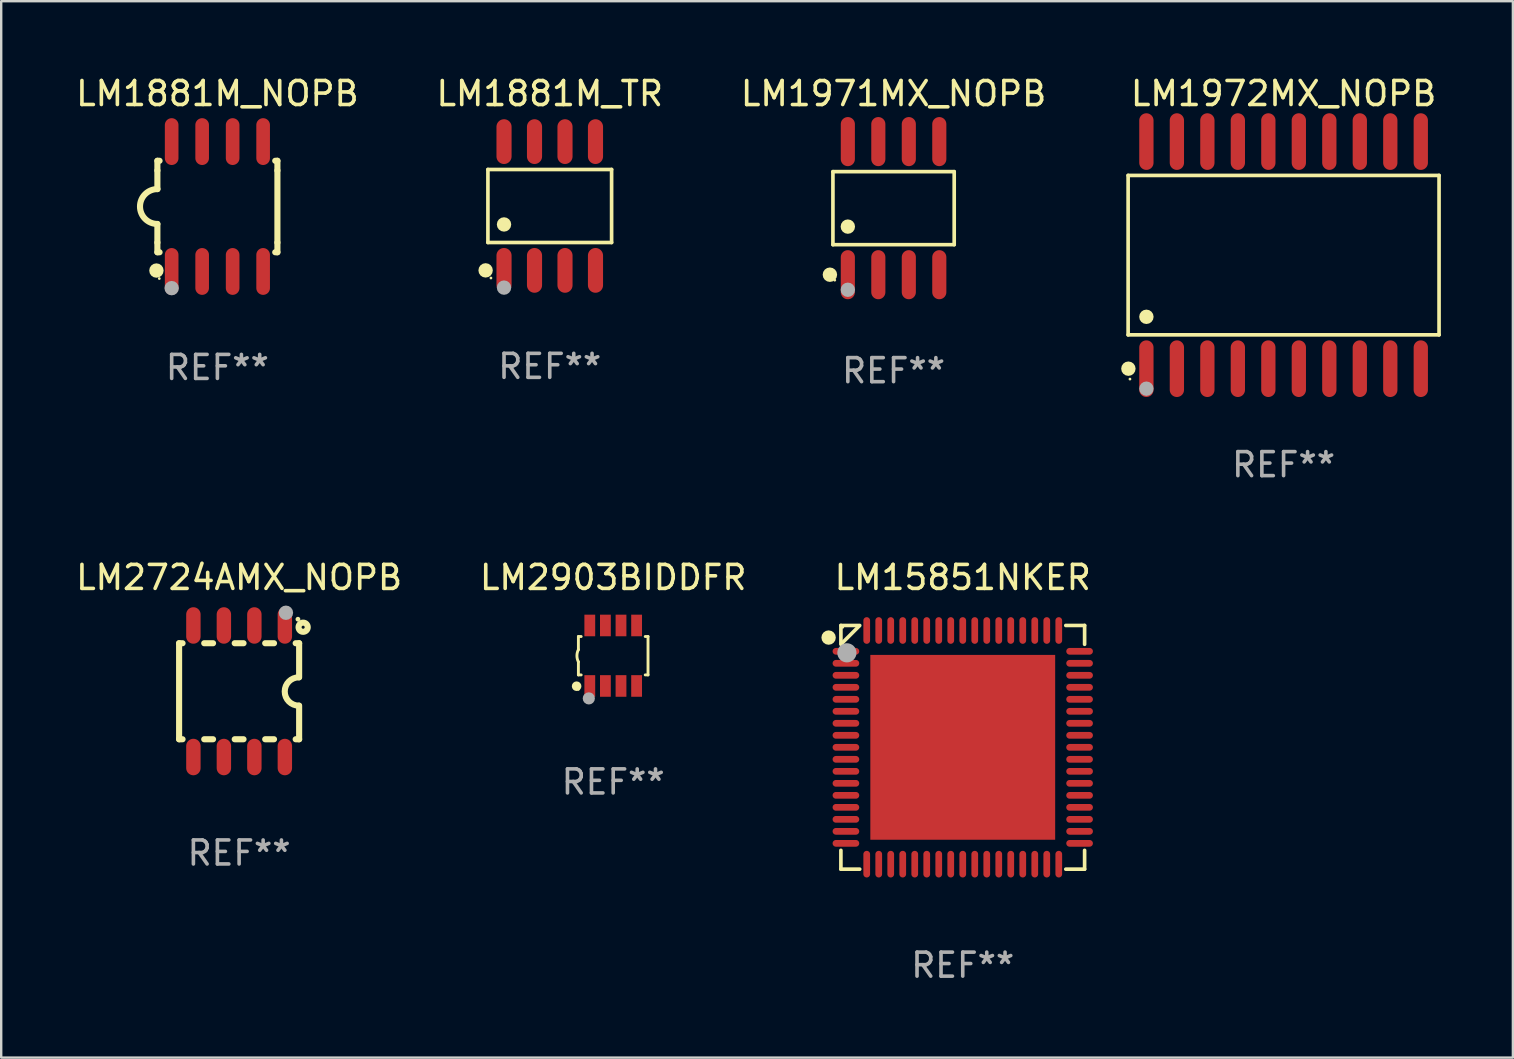
<source format=kicad_pcb>
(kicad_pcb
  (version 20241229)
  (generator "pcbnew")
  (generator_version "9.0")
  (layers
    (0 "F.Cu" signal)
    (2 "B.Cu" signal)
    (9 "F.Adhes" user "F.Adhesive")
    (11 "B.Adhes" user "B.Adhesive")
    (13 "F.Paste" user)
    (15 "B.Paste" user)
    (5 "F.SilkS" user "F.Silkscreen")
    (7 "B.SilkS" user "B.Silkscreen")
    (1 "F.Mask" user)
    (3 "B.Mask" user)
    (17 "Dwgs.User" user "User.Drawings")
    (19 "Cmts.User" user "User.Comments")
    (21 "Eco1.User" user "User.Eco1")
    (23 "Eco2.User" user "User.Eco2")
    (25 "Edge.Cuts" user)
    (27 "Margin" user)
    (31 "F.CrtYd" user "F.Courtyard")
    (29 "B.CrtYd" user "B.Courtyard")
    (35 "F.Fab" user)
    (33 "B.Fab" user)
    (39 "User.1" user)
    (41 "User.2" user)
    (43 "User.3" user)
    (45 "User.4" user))
  (footprint "LM2724AMX_NOPB"
    (layer "F.Cu")
    (at 6.911 25.745)
    (property "Reference" "LM2724AMX_NOPB" (at 0 -4.74 0) (layer "F.SilkS") (effects (font (size 1 1) (thickness 0.15))))
    (attr through_hole)
    (fp_line (start -2.5 2) (end -2.5 -2) (stroke (width 0.254) (type solid)) (layer "F.SilkS"))
    (fp_line (start -2.356 -2) (end -2.5 -2) (stroke (width 0.254) (type solid)) (layer "F.SilkS"))
    (fp_line (start -2.356 2) (end -2.5 2) (stroke (width 0.254) (type solid)) (layer "F.SilkS"))
    (fp_line (start -1.086 -2) (end -1.454 -2) (stroke (width 0.254) (type solid)) (layer "F.SilkS"))
    (fp_line (start -1.086 2) (end -1.454 2) (stroke (width 0.254) (type solid)) (layer "F.SilkS"))
    (fp_line (start 0.184 -2) (end -0.184 -2) (stroke (width 0.254) (type solid)) (layer "F.SilkS"))
    (fp_line (start 0.184 2) (end -0.184 2) (stroke (width 0.254) (type solid)) (layer "F.SilkS"))
    (fp_line (start 1.454 -2) (end 1.086 -2) (stroke (width 0.254) (type solid)) (layer "F.SilkS"))
    (fp_line (start 1.454 2) (end 1.086 2) (stroke (width 0.254) (type solid)) (layer "F.SilkS"))
    (fp_line (start 2.5 -2) (end 2.356 -2) (stroke (width 0.254) (type solid)) (layer "F.SilkS"))
    (fp_line (start 2.5 -0.58) (end 2.5 -2) (stroke (width 0.254) (type solid)) (layer "F.SilkS"))
    (fp_line (start 2.5 2) (end 2.356 2) (stroke (width 0.254) (type solid)) (layer "F.SilkS"))
    (fp_line (start 2.5 2) (end 2.5 0.6) (stroke (width 0.254) (type solid)) (layer "F.SilkS"))
    (fp_arc (start 2.489992 0.600051) (mid 1.901674 0.010046) (end 2.489992 -0.579959) (stroke (width 0.254001) (type solid)) (layer "F.SilkS"))
    (fp_circle (center 2.45 -3) (end 2.5 -3) (stroke (width 0.1) (type solid)) (fill no) (layer "F.SilkS"))
    (fp_circle (center 2.667 -2.667) (end 2.858 -2.667) (stroke (width 0.254) (type solid)) (fill no) (layer "F.SilkS"))
    (fp_circle (center 1.95 -3.27) (end 2.1 -3.27) (stroke (width 0.3) (type solid)) (fill no) (layer "F.Fab"))
    (fp_text user "REF**" (at 0 6.74 0) (layer "F.Fab") (effects (font (size 1 1) (thickness 0.15))))
    (pad "1" smd oval (at 1.905 -2.74) (size 0.6 1.52) (layers "F.Cu" "F.Mask" "F.Paste"))
    (pad "2" smd oval (at 0.635 -2.74) (size 0.6 1.52) (layers "F.Cu" "F.Mask" "F.Paste"))
    (pad "3" smd oval (at -0.635 -2.74) (size 0.6 1.52) (layers "F.Cu" "F.Mask" "F.Paste"))
    (pad "4" smd oval (at -1.905 -2.74) (size 0.6 1.52) (layers "F.Cu" "F.Mask" "F.Paste"))
    (pad "5" smd oval (at -1.905 2.74) (size 0.6 1.52) (layers "F.Cu" "F.Mask" "F.Paste"))
    (pad "6" smd oval (at -0.635 2.74) (size 0.6 1.52) (layers "F.Cu" "F.Mask" "F.Paste"))
    (pad "7" smd oval (at 0.635 2.74) (size 0.6 1.52) (layers "F.Cu" "F.Mask" "F.Paste"))
    (pad "8" smd oval (at 1.905 2.74) (size 0.6 1.52) (layers "F.Cu" "F.Mask" "F.Paste")))
  (footprint "LM1881M_NOPB"
    (layer "F.Cu")
    (at 6.006 5.553)
    (property "Reference" "LM1881M_NOPB" (at 0 -4.705 0) (layer "F.SilkS") (effects (font (size 1 1) (thickness 0.15))))
    (attr through_hole)
    (fp_line (start -2.5 -1.905) (end -2.409 -1.905) (stroke (width 0.254) (type solid)) (layer "F.SilkS"))
    (fp_line (start -2.5 -1.5) (end -2.5 -1.905) (stroke (width 0.254) (type solid)) (layer "F.SilkS"))
    (fp_line (start -2.5 -1.5) (end -2.5 -0.726) (stroke (width 0.254) (type solid)) (layer "F.SilkS"))
    (fp_line (start -2.5 1.5) (end -2.5 0.727) (stroke (width 0.254) (type solid)) (layer "F.SilkS"))
    (fp_line (start -2.5 1.5) (end -2.5 1.905) (stroke (width 0.254) (type solid)) (layer "F.SilkS"))
    (fp_line (start -2.5 1.905) (end -2.409 1.905) (stroke (width 0.254) (type solid)) (layer "F.SilkS"))
    (fp_line (start 2.5 -1.905) (end 2.409 -1.905) (stroke (width 0.254) (type solid)) (layer "F.SilkS"))
    (fp_line (start 2.5 -1.5) (end 2.5 -1.905) (stroke (width 0.254) (type solid)) (layer "F.SilkS"))
    (fp_line (start 2.5 -1.5) (end 2.5 1.5) (stroke (width 0.254) (type solid)) (layer "F.SilkS"))
    (fp_line (start 2.5 1.5) (end 2.5 1.905) (stroke (width 0.254) (type solid)) (layer "F.SilkS"))
    (fp_line (start 2.5 1.905) (end 2.409 1.905) (stroke (width 0.254) (type solid)) (layer "F.SilkS"))
    (fp_arc (start -2.5 0.726568) (mid -3.220316 -0.0023) (end -2.495097 -0.726289) (stroke (width 0.254001) (type solid)) (layer "F.SilkS"))
    (fp_circle (center -2.54 2.667) (end -2.39 2.667) (stroke (width 0.3) (type solid)) (fill no) (layer "F.SilkS"))
    (fp_circle (center -2.42 3) (end -2.39 3) (stroke (width 0.06) (type solid)) (fill no) (layer "F.SilkS"))
    (fp_circle (center -1.905 3.4) (end -1.755 3.4) (stroke (width 0.3) (type solid)) (fill no) (layer "F.Fab"))
    (fp_text user "REF**" (at 0 6.705 0) (layer "F.Fab") (effects (font (size 1 1) (thickness 0.15))))
    (pad "1" smd oval (at -1.905 2.705) (size 0.568 1.95) (layers "F.Cu" "F.Mask" "F.Paste"))
    (pad "2" smd oval (at -0.635 2.705) (size 0.568 1.95) (layers "F.Cu" "F.Mask" "F.Paste"))
    (pad "3" smd oval (at 0.635 2.705) (size 0.568 1.95) (layers "F.Cu" "F.Mask" "F.Paste"))
    (pad "4" smd oval (at 1.905 2.705) (size 0.568 1.95) (layers "F.Cu" "F.Mask" "F.Paste"))
    (pad "5" smd oval (at 1.905 -2.705) (size 0.568 1.95) (layers "F.Cu" "F.Mask" "F.Paste"))
    (pad "6" smd oval (at 0.635 -2.705) (size 0.568 1.95) (layers "F.Cu" "F.Mask" "F.Paste"))
    (pad "7" smd oval (at -0.635 -2.705) (size 0.568 1.95) (layers "F.Cu" "F.Mask" "F.Paste"))
    (pad "8" smd oval (at -1.905 -2.705) (size 0.568 1.95) (layers "F.Cu" "F.Mask" "F.Paste")))
  (footprint "LM1971MX_NOPB"
    (layer "F.Cu")
    (at 34.173 5.621)
    (property "Reference" "LM1971MX_NOPB" (at 0 -4.772 0) (layer "F.SilkS") (effects (font (size 1 1) (thickness 0.15))))
    (attr through_hole)
    (fp_line (start -2.526 -1.521) (end 2.526 -1.521) (stroke (width 0.152) (type solid)) (layer "F.SilkS"))
    (fp_line (start -2.526 1.521) (end -2.526 -1.521) (stroke (width 0.152) (type solid)) (layer "F.SilkS"))
    (fp_line (start 2.526 -1.521) (end 2.526 1.521) (stroke (width 0.152) (type solid)) (layer "F.SilkS"))
    (fp_line (start 2.526 1.521) (end -2.526 1.521) (stroke (width 0.152) (type solid)) (layer "F.SilkS"))
    (fp_circle (center -2.652 2.772) (end -2.501 2.772) (stroke (width 0.3) (type solid)) (fill no) (layer "F.SilkS"))
    (fp_circle (center -2.45 3) (end -2.42 3) (stroke (width 0.06) (type solid)) (fill no) (layer "F.SilkS"))
    (fp_circle (center -1.905 0.769) (end -1.755 0.769) (stroke (width 0.3) (type solid)) (fill no) (layer "F.SilkS"))
    (fp_circle (center -1.905 3.4) (end -1.755 3.4) (stroke (width 0.3) (type solid)) (fill no) (layer "F.Fab"))
    (fp_text user "REF**" (at 0 6.772 0) (layer "F.Fab") (effects (font (size 1 1) (thickness 0.15))))
    (pad "1" smd oval (at -1.905 2.772) (size 0.588 2.045) (layers "F.Cu" "F.Mask" "F.Paste"))
    (pad "2" smd oval (at -0.635 2.772) (size 0.588 2.045) (layers "F.Cu" "F.Mask" "F.Paste"))
    (pad "3" smd oval (at 0.635 2.772) (size 0.588 2.045) (layers "F.Cu" "F.Mask" "F.Paste"))
    (pad "4" smd oval (at 1.905 2.772) (size 0.588 2.045) (layers "F.Cu" "F.Mask" "F.Paste"))
    (pad "5" smd oval (at 1.905 -2.772) (size 0.588 2.045) (layers "F.Cu" "F.Mask" "F.Paste"))
    (pad "6" smd oval (at 0.635 -2.772) (size 0.588 2.045) (layers "F.Cu" "F.Mask" "F.Paste"))
    (pad "7" smd oval (at -0.635 -2.772) (size 0.588 2.045) (layers "F.Cu" "F.Mask" "F.Paste"))
    (pad "8" smd oval (at -1.905 -2.772) (size 0.588 2.045) (layers "F.Cu" "F.Mask" "F.Paste")))
  (footprint "LM2903BIDDFR"
    (layer "F.Cu")
    (at 22.494 24.265)
    (property "Reference" "LM2903BIDDFR" (at 0 -3.26 0) (layer "F.SilkS") (effects (font (size 1 1) (thickness 0.15))))
    (attr through_hole)
    (fp_line (start -1.45 -0.8) (end -1.45 -0.254) (stroke (width 0.12) (type solid)) (layer "F.SilkS"))
    (fp_line (start -1.45 -0.8) (end -1.334 -0.8) (stroke (width 0.12) (type solid)) (layer "F.SilkS"))
    (fp_line (start -1.45 0.8) (end -1.45 0.254) (stroke (width 0.12) (type solid)) (layer "F.SilkS"))
    (fp_line (start -1.45 0.8) (end -1.334 0.8) (stroke (width 0.12) (type solid)) (layer "F.SilkS"))
    (fp_line (start 1.334 -0.8) (end 1.45 -0.8) (stroke (width 0.12) (type solid)) (layer "F.SilkS"))
    (fp_line (start 1.334 0.8) (end 1.45 0.8) (stroke (width 0.12) (type solid)) (layer "F.SilkS"))
    (fp_line (start 1.45 0.8) (end 1.45 -0.8) (stroke (width 0.12) (type solid)) (layer "F.SilkS"))
    (fp_arc (start -1.45075 0.255144) (mid -1.510605 0.000434) (end -1.450013 -0.254102) (stroke (width 0.11999) (type solid)) (layer "F.SilkS"))
    (fp_circle (center -1.524 1.27) (end -1.424 1.27) (stroke (width 0.2) (type solid)) (fill no) (layer "F.SilkS"))
    (fp_circle (center -1.45 1.4) (end -1.42 1.4) (stroke (width 0.06) (type solid)) (fill no) (layer "F.SilkS"))
    (fp_circle (center -1.016 1.778) (end -0.889 1.778) (stroke (width 0.254) (type solid)) (fill no) (layer "F.Fab"))
    (fp_text user "REF**" (at 0 5.26 0) (layer "F.Fab") (effects (font (size 1 1) (thickness 0.15))))
    (pad "1" smd rect (at -0.975 1.26) (size 0.45 0.9) (layers "F.Cu" "F.Mask" "F.Paste"))
    (pad "2" smd rect (at -0.325 1.26) (size 0.45 0.9) (layers "F.Cu" "F.Mask" "F.Paste"))
    (pad "3" smd rect (at 0.325 1.26) (size 0.45 0.9) (layers "F.Cu" "F.Mask" "F.Paste"))
    (pad "4" smd rect (at 0.975 1.26) (size 0.45 0.9) (layers "F.Cu" "F.Mask" "F.Paste"))
    (pad "5" smd rect (at 0.975 -1.26) (size 0.45 0.9) (layers "F.Cu" "F.Mask" "F.Paste"))
    (pad "6" smd rect (at 0.325 -1.26) (size 0.45 0.9) (layers "F.Cu" "F.Mask" "F.Paste"))
    (pad "7" smd rect (at -0.325 -1.26) (size 0.45 0.9) (layers "F.Cu" "F.Mask" "F.Paste"))
    (pad "8" smd rect (at -0.975 -1.26) (size 0.45 0.9) (layers "F.Cu" "F.Mask" "F.Paste")))
  (footprint "LM15851NKER"
    (layer "F.Cu")
    (at 37.055 28.081)
    (property "Reference" "LM15851NKER" (at 0 -7.076 0) (layer "F.SilkS") (effects (font (size 1 1) (thickness 0.15))))
    (attr through_hole)
    (fp_line (start -5.076 -5.076) (end -4.292 -5.076) (stroke (width 0.152) (type solid)) (layer "F.SilkS"))
    (fp_line (start -5.076 -4.292) (end -5.076 -5.076) (stroke (width 0.152) (type solid)) (layer "F.SilkS"))
    (fp_line (start -5.076 4.292) (end -5.076 5.076) (stroke (width 0.152) (type solid)) (layer "F.SilkS"))
    (fp_line (start -5.076 5.076) (end -4.292 5.076) (stroke (width 0.152) (type solid)) (layer "F.SilkS"))
    (fp_line (start -5.049 -4.319) (end -4.319 -5.049) (stroke (width 0.152) (type solid)) (layer "F.SilkS"))
    (fp_line (start 5.076 -5.076) (end 4.292 -5.076) (stroke (width 0.152) (type solid)) (layer "F.SilkS"))
    (fp_line (start 5.076 -4.292) (end 5.076 -5.076) (stroke (width 0.152) (type solid)) (layer "F.SilkS"))
    (fp_line (start 5.076 4.292) (end 5.076 5.076) (stroke (width 0.152) (type solid)) (layer "F.SilkS"))
    (fp_line (start 5.076 5.076) (end 4.292 5.076) (stroke (width 0.152) (type solid)) (layer "F.SilkS"))
    (fp_circle (center -5.588 -4.572) (end -5.438 -4.572) (stroke (width 0.3) (type solid)) (fill no) (layer "F.SilkS"))
    (fp_circle (center -5 -5) (end -4.97 -5) (stroke (width 0.06) (type solid)) (fill no) (layer "F.SilkS"))
    (fp_circle (center -4.826 -3.937) (end -4.626 -3.937) (stroke (width 0.4) (type solid)) (fill no) (layer "F.Fab"))
    (fp_text user "REF**" (at 0 9.076 0) (layer "F.Fab") (effects (font (size 1 1) (thickness 0.15))))
    (pad "1" smd oval (at -4.867 -4) (size 1.11 0.28) (layers "F.Cu" "F.Mask" "F.Paste"))
    (pad "2" smd oval (at -4.867 -3.5) (size 1.11 0.28) (layers "F.Cu" "F.Mask" "F.Paste"))
    (pad "3" smd oval (at -4.867 -3) (size 1.11 0.28) (layers "F.Cu" "F.Mask" "F.Paste"))
    (pad "4" smd oval (at -4.867 -2.5) (size 1.11 0.28) (layers "F.Cu" "F.Mask" "F.Paste"))
    (pad "5" smd oval (at -4.867 -2) (size 1.11 0.28) (layers "F.Cu" "F.Mask" "F.Paste"))
    (pad "6" smd oval (at -4.867 -1.5) (size 1.11 0.28) (layers "F.Cu" "F.Mask" "F.Paste"))
    (pad "7" smd oval (at -4.867 -1) (size 1.11 0.28) (layers "F.Cu" "F.Mask" "F.Paste"))
    (pad "8" smd oval (at -4.867 -0.5) (size 1.11 0.28) (layers "F.Cu" "F.Mask" "F.Paste"))
    (pad "9" smd oval (at -4.867 0) (size 1.11 0.28) (layers "F.Cu" "F.Mask" "F.Paste"))
    (pad "10" smd oval (at -4.867 0.5) (size 1.11 0.28) (layers "F.Cu" "F.Mask" "F.Paste"))
    (pad "11" smd oval (at -4.867 1) (size 1.11 0.28) (layers "F.Cu" "F.Mask" "F.Paste"))
    (pad "12" smd oval (at -4.867 1.5) (size 1.11 0.28) (layers "F.Cu" "F.Mask" "F.Paste"))
    (pad "13" smd oval (at -4.867 2) (size 1.11 0.28) (layers "F.Cu" "F.Mask" "F.Paste"))
    (pad "14" smd oval (at -4.867 2.5) (size 1.11 0.28) (layers "F.Cu" "F.Mask" "F.Paste"))
    (pad "15" smd oval (at -4.867 3) (size 1.11 0.28) (layers "F.Cu" "F.Mask" "F.Paste"))
    (pad "16" smd oval (at -4.867 3.5) (size 1.11 0.28) (layers "F.Cu" "F.Mask" "F.Paste"))
    (pad "17" smd oval (at -4.867 4) (size 1.11 0.28) (layers "F.Cu" "F.Mask" "F.Paste"))
    (pad "18" smd oval (at -4 4.867) (size 0.28 1.11) (layers "F.Cu" "F.Mask" "F.Paste"))
    (pad "19" smd oval (at -3.5 4.867) (size 0.28 1.11) (layers "F.Cu" "F.Mask" "F.Paste"))
    (pad "20" smd oval (at -3 4.867) (size 0.28 1.11) (layers "F.Cu" "F.Mask" "F.Paste"))
    (pad "21" smd oval (at -2.5 4.867) (size 0.28 1.11) (layers "F.Cu" "F.Mask" "F.Paste"))
    (pad "22" smd oval (at -2 4.867) (size 0.28 1.11) (layers "F.Cu" "F.Mask" "F.Paste"))
    (pad "23" smd oval (at -1.5 4.867) (size 0.28 1.11) (layers "F.Cu" "F.Mask" "F.Paste"))
    (pad "24" smd oval (at -1 4.867) (size 0.28 1.11) (layers "F.Cu" "F.Mask" "F.Paste"))
    (pad "25" smd oval (at -0.5 4.867) (size 0.28 1.11) (layers "F.Cu" "F.Mask" "F.Paste"))
    (pad "26" smd oval (at 0 4.867) (size 0.28 1.11) (layers "F.Cu" "F.Mask" "F.Paste"))
    (pad "27" smd oval (at 0.5 4.867) (size 0.28 1.11) (layers "F.Cu" "F.Mask" "F.Paste"))
    (pad "28" smd oval (at 1 4.867) (size 0.28 1.11) (layers "F.Cu" "F.Mask" "F.Paste"))
    (pad "29" smd oval (at 1.5 4.867) (size 0.28 1.11) (layers "F.Cu" "F.Mask" "F.Paste"))
    (pad "30" smd oval (at 2 4.867) (size 0.28 1.11) (layers "F.Cu" "F.Mask" "F.Paste"))
    (pad "31" smd oval (at 2.5 4.867) (size 0.28 1.11) (layers "F.Cu" "F.Mask" "F.Paste"))
    (pad "32" smd oval (at 3 4.867) (size 0.28 1.11) (layers "F.Cu" "F.Mask" "F.Paste"))
    (pad "33" smd oval (at 3.5 4.867) (size 0.28 1.11) (layers "F.Cu" "F.Mask" "F.Paste"))
    (pad "34" smd oval (at 4 4.867) (size 0.28 1.11) (layers "F.Cu" "F.Mask" "F.Paste"))
    (pad "35" smd oval (at 4.867 4) (size 1.11 0.28) (layers "F.Cu" "F.Mask" "F.Paste"))
    (pad "36" smd oval (at 4.867 3.5) (size 1.11 0.28) (layers "F.Cu" "F.Mask" "F.Paste"))
    (pad "37" smd oval (at 4.867 3) (size 1.11 0.28) (layers "F.Cu" "F.Mask" "F.Paste"))
    (pad "38" smd oval (at 4.867 2.5) (size 1.11 0.28) (layers "F.Cu" "F.Mask" "F.Paste"))
    (pad "39" smd oval (at 4.867 2) (size 1.11 0.28) (layers "F.Cu" "F.Mask" "F.Paste"))
    (pad "40" smd oval (at 4.867 1.5) (size 1.11 0.28) (layers "F.Cu" "F.Mask" "F.Paste"))
    (pad "41" smd oval (at 4.867 1) (size 1.11 0.28) (layers "F.Cu" "F.Mask" "F.Paste"))
    (pad "42" smd oval (at 4.867 0.5) (size 1.11 0.28) (layers "F.Cu" "F.Mask" "F.Paste"))
    (pad "43" smd oval (at 4.867 0) (size 1.11 0.28) (layers "F.Cu" "F.Mask" "F.Paste"))
    (pad "44" smd oval (at 4.867 -0.5) (size 1.11 0.28) (layers "F.Cu" "F.Mask" "F.Paste"))
    (pad "45" smd oval (at 4.867 -1) (size 1.11 0.28) (layers "F.Cu" "F.Mask" "F.Paste"))
    (pad "46" smd oval (at 4.867 -1.5) (size 1.11 0.28) (layers "F.Cu" "F.Mask" "F.Paste"))
    (pad "47" smd oval (at 4.867 -2) (size 1.11 0.28) (layers "F.Cu" "F.Mask" "F.Paste"))
    (pad "48" smd oval (at 4.867 -2.5) (size 1.11 0.28) (layers "F.Cu" "F.Mask" "F.Paste"))
    (pad "49" smd oval (at 4.867 -3) (size 1.11 0.28) (layers "F.Cu" "F.Mask" "F.Paste"))
    (pad "50" smd oval (at 4.867 -3.5) (size 1.11 0.28) (layers "F.Cu" "F.Mask" "F.Paste"))
    (pad "51" smd oval (at 4.867 -4) (size 1.11 0.28) (layers "F.Cu" "F.Mask" "F.Paste"))
    (pad "52" smd oval (at 4 -4.867) (size 0.28 1.11) (layers "F.Cu" "F.Mask" "F.Paste"))
    (pad "53" smd oval (at 3.5 -4.867) (size 0.28 1.11) (layers "F.Cu" "F.Mask" "F.Paste"))
    (pad "54" smd oval (at 3 -4.867) (size 0.28 1.11) (layers "F.Cu" "F.Mask" "F.Paste"))
    (pad "55" smd oval (at 2.5 -4.867) (size 0.28 1.11) (layers "F.Cu" "F.Mask" "F.Paste"))
    (pad "56" smd oval (at 2 -4.867) (size 0.28 1.11) (layers "F.Cu" "F.Mask" "F.Paste"))
    (pad "57" smd oval (at 1.5 -4.867) (size 0.28 1.11) (layers "F.Cu" "F.Mask" "F.Paste"))
    (pad "58" smd oval (at 1 -4.867) (size 0.28 1.11) (layers "F.Cu" "F.Mask" "F.Paste"))
    (pad "59" smd oval (at 0.5 -4.867) (size 0.28 1.11) (layers "F.Cu" "F.Mask" "F.Paste"))
    (pad "60" smd oval (at 0 -4.867) (size 0.28 1.11) (layers "F.Cu" "F.Mask" "F.Paste"))
    (pad "61" smd oval (at -0.5 -4.867) (size 0.28 1.11) (layers "F.Cu" "F.Mask" "F.Paste"))
    (pad "62" smd oval (at -1 -4.867) (size 0.28 1.11) (layers "F.Cu" "F.Mask" "F.Paste"))
    (pad "63" smd oval (at -1.5 -4.867) (size 0.28 1.11) (layers "F.Cu" "F.Mask" "F.Paste"))
    (pad "64" smd oval (at -2 -4.867) (size 0.28 1.11) (layers "F.Cu" "F.Mask" "F.Paste"))
    (pad "65" smd oval (at -2.5 -4.867) (size 0.28 1.11) (layers "F.Cu" "F.Mask" "F.Paste"))
    (pad "66" smd oval (at -3 -4.867) (size 0.28 1.11) (layers "F.Cu" "F.Mask" "F.Paste"))
    (pad "67" smd oval (at -3.5 -4.867) (size 0.28 1.11) (layers "F.Cu" "F.Mask" "F.Paste"))
    (pad "68" smd oval (at -4 -4.867) (size 0.28 1.11) (layers "F.Cu" "F.Mask" "F.Paste"))
    (pad "69" smd rect (at 0 0) (size 7.7 7.7) (layers "F.Cu" "F.Mask" "F.Paste")))
  (footprint "LM1972MX_NOPB"
    (layer "F.Cu")
    (at 50.42 7.578)
    (property "Reference" "LM1972MX_NOPB" (at 0 -6.73 0) (layer "F.SilkS") (effects (font (size 1 1) (thickness 0.15))))
    (attr through_hole)
    (fp_line (start -6.476 -3.321) (end 6.476 -3.321) (stroke (width 0.152) (type solid)) (layer "F.SilkS"))
    (fp_line (start -6.476 3.321) (end -6.476 -3.321) (stroke (width 0.152) (type solid)) (layer "F.SilkS"))
    (fp_line (start 6.476 -3.321) (end 6.476 3.321) (stroke (width 0.152) (type solid)) (layer "F.SilkS"))
    (fp_line (start 6.476 3.321) (end -6.476 3.321) (stroke (width 0.152) (type solid)) (layer "F.SilkS"))
    (fp_circle (center -6.465 4.73) (end -6.315 4.73) (stroke (width 0.3) (type solid)) (fill no) (layer "F.SilkS"))
    (fp_circle (center -6.4 5.163) (end -6.37 5.163) (stroke (width 0.06) (type solid)) (fill no) (layer "F.SilkS"))
    (fp_circle (center -5.715 2.569) (end -5.565 2.569) (stroke (width 0.3) (type solid)) (fill no) (layer "F.SilkS"))
    (fp_circle (center -5.715 5.563) (end -5.565 5.563) (stroke (width 0.3) (type solid)) (fill no) (layer "F.Fab"))
    (fp_text user "REF**" (at 0 8.73 0) (layer "F.Fab") (effects (font (size 1 1) (thickness 0.15))))
    (pad "1" smd oval (at -5.715 4.73) (size 0.595 2.36) (layers "F.Cu" "F.Mask" "F.Paste"))
    (pad "2" smd oval (at -4.445 4.73) (size 0.595 2.36) (layers "F.Cu" "F.Mask" "F.Paste"))
    (pad "3" smd oval (at -3.175 4.73) (size 0.595 2.36) (layers "F.Cu" "F.Mask" "F.Paste"))
    (pad "4" smd oval (at -1.905 4.73) (size 0.595 2.36) (layers "F.Cu" "F.Mask" "F.Paste"))
    (pad "5" smd oval (at -0.635 4.73) (size 0.595 2.36) (layers "F.Cu" "F.Mask" "F.Paste"))
    (pad "6" smd oval (at 0.635 4.73) (size 0.595 2.36) (layers "F.Cu" "F.Mask" "F.Paste"))
    (pad "7" smd oval (at 1.905 4.73) (size 0.595 2.36) (layers "F.Cu" "F.Mask" "F.Paste"))
    (pad "8" smd oval (at 3.175 4.73) (size 0.595 2.36) (layers "F.Cu" "F.Mask" "F.Paste"))
    (pad "9" smd oval (at 4.445 4.73) (size 0.595 2.36) (layers "F.Cu" "F.Mask" "F.Paste"))
    (pad "10" smd oval (at 5.715 4.73) (size 0.595 2.36) (layers "F.Cu" "F.Mask" "F.Paste"))
    (pad "11" smd oval (at 5.715 -4.73) (size 0.595 2.36) (layers "F.Cu" "F.Mask" "F.Paste"))
    (pad "12" smd oval (at 4.445 -4.73) (size 0.595 2.36) (layers "F.Cu" "F.Mask" "F.Paste"))
    (pad "13" smd oval (at 3.175 -4.73) (size 0.595 2.36) (layers "F.Cu" "F.Mask" "F.Paste"))
    (pad "14" smd oval (at 1.905 -4.73) (size 0.595 2.36) (layers "F.Cu" "F.Mask" "F.Paste"))
    (pad "15" smd oval (at 0.635 -4.73) (size 0.595 2.36) (layers "F.Cu" "F.Mask" "F.Paste"))
    (pad "16" smd oval (at -0.635 -4.73) (size 0.595 2.36) (layers "F.Cu" "F.Mask" "F.Paste"))
    (pad "17" smd oval (at -1.905 -4.73) (size 0.595 2.36) (layers "F.Cu" "F.Mask" "F.Paste"))
    (pad "18" smd oval (at -3.175 -4.73) (size 0.595 2.36) (layers "F.Cu" "F.Mask" "F.Paste"))
    (pad "19" smd oval (at -4.445 -4.73) (size 0.595 2.36) (layers "F.Cu" "F.Mask" "F.Paste"))
    (pad "20" smd oval (at -5.715 -4.73) (size 0.595 2.36) (layers "F.Cu" "F.Mask" "F.Paste")))
  (footprint "LM1881M_TR"
    (layer "F.Cu")
    (at 19.851 5.531)
    (property "Reference" "LM1881M_TR" (at 0 -4.682 0) (layer "F.SilkS") (effects (font (size 1 1) (thickness 0.15))))
    (attr through_hole)
    (fp_line (start -2.576 -1.521) (end 2.576 -1.521) (stroke (width 0.152) (type solid)) (layer "F.SilkS"))
    (fp_line (start -2.576 1.521) (end -2.576 -1.521) (stroke (width 0.152) (type solid)) (layer "F.SilkS"))
    (fp_line (start 2.576 -1.521) (end 2.576 1.521) (stroke (width 0.152) (type solid)) (layer "F.SilkS"))
    (fp_line (start 2.576 1.521) (end -2.576 1.521) (stroke (width 0.152) (type solid)) (layer "F.SilkS"))
    (fp_circle (center -2.672 2.682) (end -2.522 2.682) (stroke (width 0.3) (type solid)) (fill no) (layer "F.SilkS"))
    (fp_circle (center -2.45 3) (end -2.42 3) (stroke (width 0.06) (type solid)) (fill no) (layer "F.SilkS"))
    (fp_circle (center -1.905 0.769) (end -1.755 0.769) (stroke (width 0.3) (type solid)) (fill no) (layer "F.SilkS"))
    (fp_circle (center -1.905 3.4) (end -1.755 3.4) (stroke (width 0.3) (type solid)) (fill no) (layer "F.Fab"))
    (fp_text user "REF**" (at 0 6.682 0) (layer "F.Fab") (effects (font (size 1 1) (thickness 0.15))))
    (pad "1" smd oval (at -1.905 2.682) (size 0.63 1.865) (layers "F.Cu" "F.Mask" "F.Paste"))
    (pad "2" smd oval (at -0.635 2.682) (size 0.63 1.865) (layers "F.Cu" "F.Mask" "F.Paste"))
    (pad "3" smd oval (at 0.635 2.682) (size 0.63 1.865) (layers "F.Cu" "F.Mask" "F.Paste"))
    (pad "4" smd oval (at 1.905 2.682) (size 0.63 1.865) (layers "F.Cu" "F.Mask" "F.Paste"))
    (pad "5" smd oval (at 1.905 -2.682) (size 0.63 1.865) (layers "F.Cu" "F.Mask" "F.Paste"))
    (pad "6" smd oval (at 0.635 -2.682) (size 0.63 1.865) (layers "F.Cu" "F.Mask" "F.Paste"))
    (pad "7" smd oval (at -0.635 -2.682) (size 0.63 1.865) (layers "F.Cu" "F.Mask" "F.Paste"))
    (pad "8" smd oval (at -1.905 -2.682) (size 0.63 1.865) (layers "F.Cu" "F.Mask" "F.Paste")))
  (gr_rect
    (start -3 -3)
    (end 59.972 41.005)
    (stroke (width 0.1) (type default))
    (fill no)
    (layer "Edge.Cuts")))
</source>
